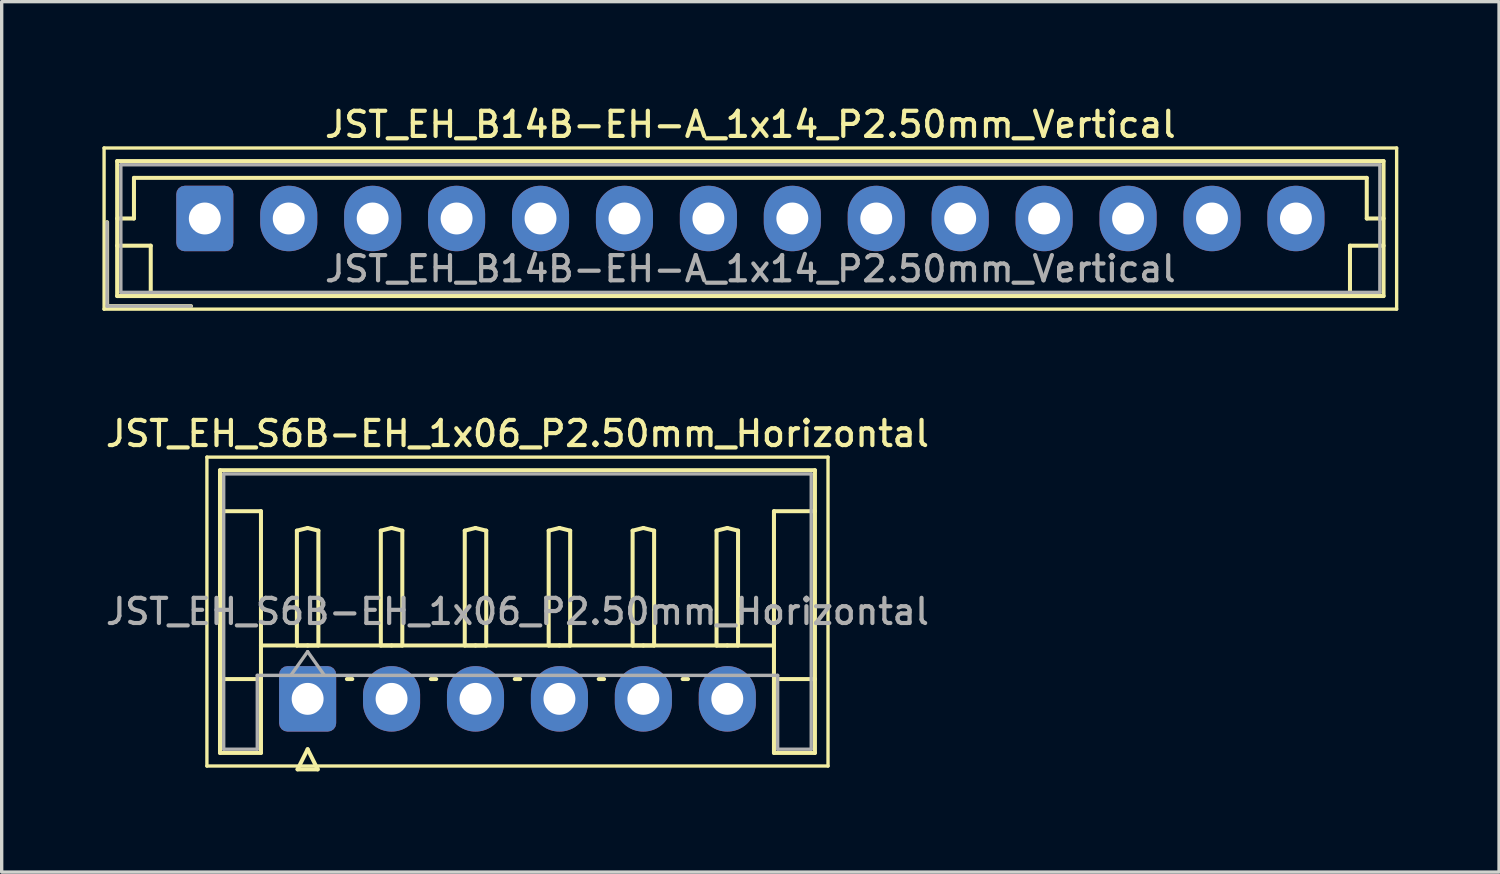
<source format=kicad_pcb>
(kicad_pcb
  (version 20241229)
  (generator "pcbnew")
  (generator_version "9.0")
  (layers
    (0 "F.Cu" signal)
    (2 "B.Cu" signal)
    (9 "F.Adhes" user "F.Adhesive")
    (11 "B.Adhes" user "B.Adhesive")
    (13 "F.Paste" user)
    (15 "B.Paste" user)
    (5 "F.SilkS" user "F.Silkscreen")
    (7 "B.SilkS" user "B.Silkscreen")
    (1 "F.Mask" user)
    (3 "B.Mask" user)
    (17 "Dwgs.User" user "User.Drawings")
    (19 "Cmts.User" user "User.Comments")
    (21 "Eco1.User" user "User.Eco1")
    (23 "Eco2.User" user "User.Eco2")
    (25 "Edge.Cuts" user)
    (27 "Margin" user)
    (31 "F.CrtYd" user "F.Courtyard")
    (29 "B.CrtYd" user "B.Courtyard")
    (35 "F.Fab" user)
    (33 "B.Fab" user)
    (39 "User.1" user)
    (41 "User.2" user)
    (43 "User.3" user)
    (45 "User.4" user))
  (footprint "JST_EH_B14B-EH-A_1x14_P2.50mm_Vertical"
    (layer "F.Cu")
    (at 3.05 3.458)
    (property "Reference" "JST_EH_B14B-EH-A_1x14_P2.50mm_Vertical" (at 16.25 -2.8 0) (layer "F.SilkS") (effects (font (size 0.75 0.75) (thickness 0.125))))
    (attr through_hole)
    (fp_line (start -3 -2.1) (end -3 2.7) (stroke (width 0.1) (type solid)) (layer "F.SilkS"))
    (fp_line (start -3 2.7) (end 35.5 2.7) (stroke (width 0.1) (type solid)) (layer "F.SilkS"))
    (fp_line (start -2.91 0.11) (end -2.91 2.61) (stroke (width 0.12) (type solid)) (layer "F.SilkS"))
    (fp_line (start -2.91 2.61) (end -0.41 2.61) (stroke (width 0.12) (type solid)) (layer "F.SilkS"))
    (fp_line (start -2.61 -1.71) (end -2.61 2.31) (stroke (width 0.12) (type solid)) (layer "F.SilkS"))
    (fp_line (start -2.61 0) (end -2.11 0) (stroke (width 0.12) (type solid)) (layer "F.SilkS"))
    (fp_line (start -2.61 0.81) (end -1.61 0.81) (stroke (width 0.12) (type solid)) (layer "F.SilkS"))
    (fp_line (start -2.61 2.31) (end 35.11 2.31) (stroke (width 0.12) (type solid)) (layer "F.SilkS"))
    (fp_line (start -2.11 -1.21) (end 34.61 -1.21) (stroke (width 0.12) (type solid)) (layer "F.SilkS"))
    (fp_line (start -2.11 0) (end -2.11 -1.21) (stroke (width 0.12) (type solid)) (layer "F.SilkS"))
    (fp_line (start -1.61 0.81) (end -1.61 2.31) (stroke (width 0.12) (type solid)) (layer "F.SilkS"))
    (fp_line (start 34.11 0.81) (end 34.11 2.31) (stroke (width 0.12) (type solid)) (layer "F.SilkS"))
    (fp_line (start 34.61 -1.21) (end 34.61 0) (stroke (width 0.12) (type solid)) (layer "F.SilkS"))
    (fp_line (start 34.61 0) (end 35.11 0) (stroke (width 0.12) (type solid)) (layer "F.SilkS"))
    (fp_line (start 35.11 -1.71) (end -2.61 -1.71) (stroke (width 0.12) (type solid)) (layer "F.SilkS"))
    (fp_line (start 35.11 0.81) (end 34.11 0.81) (stroke (width 0.12) (type solid)) (layer "F.SilkS"))
    (fp_line (start 35.11 2.31) (end 35.11 -1.71) (stroke (width 0.12) (type solid)) (layer "F.SilkS"))
    (fp_line (start 35.5 -2.1) (end -3 -2.1) (stroke (width 0.1) (type solid)) (layer "F.SilkS"))
    (fp_line (start 35.5 2.7) (end 35.5 -2.1) (stroke (width 0.1) (type solid)) (layer "F.SilkS"))
    (fp_line (start -2.91 0.11) (end -2.91 2.61) (stroke (width 0.1) (type solid)) (layer "F.Fab"))
    (fp_line (start -2.91 2.61) (end -0.41 2.61) (stroke (width 0.1) (type solid)) (layer "F.Fab"))
    (fp_line (start -2.5 -1.6) (end -2.5 2.2) (stroke (width 0.1) (type solid)) (layer "F.Fab"))
    (fp_line (start -2.5 2.2) (end 35 2.2) (stroke (width 0.1) (type solid)) (layer "F.Fab"))
    (fp_line (start 35 -1.6) (end -2.5 -1.6) (stroke (width 0.1) (type solid)) (layer "F.Fab"))
    (fp_line (start 35 2.2) (end 35 -1.6) (stroke (width 0.1) (type solid)) (layer "F.Fab"))
    (fp_text user "${REFERENCE}" (at 16.25 1.5 0) (layer "F.Fab") (effects (font (size 0.75 0.75) (thickness 0.125))))
    (pad "1" thru_hole roundrect (at 0 0) (size 1.7 1.95) (drill 0.95) (layers "*.Cu" "*.Mask") (roundrect_rratio 0.147))
    (pad "2" thru_hole oval (at 2.5 0) (size 1.7 1.95) (drill 0.95) (layers "*.Cu" "*.Mask"))
    (pad "3" thru_hole oval (at 5 0) (size 1.7 1.95) (drill 0.95) (layers "*.Cu" "*.Mask"))
    (pad "4" thru_hole oval (at 7.5 0) (size 1.7 1.95) (drill 0.95) (layers "*.Cu" "*.Mask"))
    (pad "5" thru_hole oval (at 10 0) (size 1.7 1.95) (drill 0.95) (layers "*.Cu" "*.Mask"))
    (pad "6" thru_hole oval (at 12.5 0) (size 1.7 1.95) (drill 0.95) (layers "*.Cu" "*.Mask"))
    (pad "7" thru_hole oval (at 15 0) (size 1.7 1.95) (drill 0.95) (layers "*.Cu" "*.Mask"))
    (pad "8" thru_hole oval (at 17.5 0) (size 1.7 1.95) (drill 0.95) (layers "*.Cu" "*.Mask"))
    (pad "9" thru_hole oval (at 20 0) (size 1.7 1.95) (drill 0.95) (layers "*.Cu" "*.Mask"))
    (pad "10" thru_hole oval (at 22.5 0) (size 1.7 1.95) (drill 0.95) (layers "*.Cu" "*.Mask"))
    (pad "11" thru_hole oval (at 25 0) (size 1.7 1.95) (drill 0.95) (layers "*.Cu" "*.Mask"))
    (pad "12" thru_hole oval (at 27.5 0) (size 1.7 1.95) (drill 0.95) (layers "*.Cu" "*.Mask"))
    (pad "13" thru_hole oval (at 30 0) (size 1.7 1.95) (drill 0.95) (layers "*.Cu" "*.Mask"))
    (pad "14" thru_hole oval (at 32.5 0) (size 1.7 1.95) (drill 0.95) (layers "*.Cu" "*.Mask")))
  (footprint "JST_EH_S6B-EH_1x06_P2.50mm_Horizontal"
    (layer "F.Cu")
    (at 6.113 17.766)
    (property "Reference" "JST_EH_S6B-EH_1x06_P2.50mm_Horizontal" (at 6.25 -7.9 0) (layer "F.SilkS") (effects (font (size 0.75 0.75) (thickness 0.125))))
    (attr through_hole)
    (fp_line (start -3 -7.2) (end -3 2) (stroke (width 0.1) (type solid)) (layer "F.SilkS"))
    (fp_line (start -3 2) (end 15.5 2) (stroke (width 0.1) (type solid)) (layer "F.SilkS"))
    (fp_line (start -2.61 -6.81) (end 15.11 -6.81) (stroke (width 0.12) (type solid)) (layer "F.SilkS"))
    (fp_line (start -2.61 -5.59) (end -1.39 -5.59) (stroke (width 0.12) (type solid)) (layer "F.SilkS"))
    (fp_line (start -2.61 1.61) (end -2.61 -6.81) (stroke (width 0.12) (type solid)) (layer "F.SilkS"))
    (fp_line (start -1.39 -5.59) (end -1.39 -0.59) (stroke (width 0.12) (type solid)) (layer "F.SilkS"))
    (fp_line (start -1.39 -1.59) (end 13.89 -1.59) (stroke (width 0.12) (type solid)) (layer "F.SilkS"))
    (fp_line (start -1.39 -0.59) (end -2.61 -0.59) (stroke (width 0.12) (type solid)) (layer "F.SilkS"))
    (fp_line (start -1.39 -0.59) (end -1.39 1.61) (stroke (width 0.12) (type solid)) (layer "F.SilkS"))
    (fp_line (start -1.39 1.61) (end -2.61 1.61) (stroke (width 0.12) (type solid)) (layer "F.SilkS"))
    (fp_line (start -0.32 -5.01) (end 0 -5.09) (stroke (width 0.12) (type solid)) (layer "F.SilkS"))
    (fp_line (start -0.32 -1.59) (end -0.32 -5.01) (stroke (width 0.12) (type solid)) (layer "F.SilkS"))
    (fp_line (start -0.3 2.1) (end 0.3 2.1) (stroke (width 0.12) (type solid)) (layer "F.SilkS"))
    (fp_line (start 0 -5.09) (end 0.32 -5.01) (stroke (width 0.12) (type solid)) (layer "F.SilkS"))
    (fp_line (start 0 -1.59) (end -0.32 -1.59) (stroke (width 0.12) (type solid)) (layer "F.SilkS"))
    (fp_line (start 0 1.5) (end -0.3 2.1) (stroke (width 0.12) (type solid)) (layer "F.SilkS"))
    (fp_line (start 0.3 2.1) (end 0 1.5) (stroke (width 0.12) (type solid)) (layer "F.SilkS"))
    (fp_line (start 0.32 -5.01) (end 0.32 -1.59) (stroke (width 0.12) (type solid)) (layer "F.SilkS"))
    (fp_line (start 0.32 -1.59) (end 0 -1.59) (stroke (width 0.12) (type solid)) (layer "F.SilkS"))
    (fp_line (start 1.17 -0.59) (end 1.33 -0.59) (stroke (width 0.12) (type solid)) (layer "F.SilkS"))
    (fp_line (start 2.18 -5.01) (end 2.5 -5.09) (stroke (width 0.12) (type solid)) (layer "F.SilkS"))
    (fp_line (start 2.18 -1.59) (end 2.18 -5.01) (stroke (width 0.12) (type solid)) (layer "F.SilkS"))
    (fp_line (start 2.5 -5.09) (end 2.82 -5.01) (stroke (width 0.12) (type solid)) (layer "F.SilkS"))
    (fp_line (start 2.5 -1.59) (end 2.18 -1.59) (stroke (width 0.12) (type solid)) (layer "F.SilkS"))
    (fp_line (start 2.82 -5.01) (end 2.82 -1.59) (stroke (width 0.12) (type solid)) (layer "F.SilkS"))
    (fp_line (start 2.82 -1.59) (end 2.5 -1.59) (stroke (width 0.12) (type solid)) (layer "F.SilkS"))
    (fp_line (start 3.67 -0.59) (end 3.83 -0.59) (stroke (width 0.12) (type solid)) (layer "F.SilkS"))
    (fp_line (start 4.68 -5.01) (end 5 -5.09) (stroke (width 0.12) (type solid)) (layer "F.SilkS"))
    (fp_line (start 4.68 -1.59) (end 4.68 -5.01) (stroke (width 0.12) (type solid)) (layer "F.SilkS"))
    (fp_line (start 5 -5.09) (end 5.32 -5.01) (stroke (width 0.12) (type solid)) (layer "F.SilkS"))
    (fp_line (start 5 -1.59) (end 4.68 -1.59) (stroke (width 0.12) (type solid)) (layer "F.SilkS"))
    (fp_line (start 5.32 -5.01) (end 5.32 -1.59) (stroke (width 0.12) (type solid)) (layer "F.SilkS"))
    (fp_line (start 5.32 -1.59) (end 5 -1.59) (stroke (width 0.12) (type solid)) (layer "F.SilkS"))
    (fp_line (start 6.17 -0.59) (end 6.33 -0.59) (stroke (width 0.12) (type solid)) (layer "F.SilkS"))
    (fp_line (start 7.18 -5.01) (end 7.5 -5.09) (stroke (width 0.12) (type solid)) (layer "F.SilkS"))
    (fp_line (start 7.18 -1.59) (end 7.18 -5.01) (stroke (width 0.12) (type solid)) (layer "F.SilkS"))
    (fp_line (start 7.5 -5.09) (end 7.82 -5.01) (stroke (width 0.12) (type solid)) (layer "F.SilkS"))
    (fp_line (start 7.5 -1.59) (end 7.18 -1.59) (stroke (width 0.12) (type solid)) (layer "F.SilkS"))
    (fp_line (start 7.82 -5.01) (end 7.82 -1.59) (stroke (width 0.12) (type solid)) (layer "F.SilkS"))
    (fp_line (start 7.82 -1.59) (end 7.5 -1.59) (stroke (width 0.12) (type solid)) (layer "F.SilkS"))
    (fp_line (start 8.67 -0.59) (end 8.83 -0.59) (stroke (width 0.12) (type solid)) (layer "F.SilkS"))
    (fp_line (start 9.68 -5.01) (end 10 -5.09) (stroke (width 0.12) (type solid)) (layer "F.SilkS"))
    (fp_line (start 9.68 -1.59) (end 9.68 -5.01) (stroke (width 0.12) (type solid)) (layer "F.SilkS"))
    (fp_line (start 10 -5.09) (end 10.32 -5.01) (stroke (width 0.12) (type solid)) (layer "F.SilkS"))
    (fp_line (start 10 -1.59) (end 9.68 -1.59) (stroke (width 0.12) (type solid)) (layer "F.SilkS"))
    (fp_line (start 10.32 -5.01) (end 10.32 -1.59) (stroke (width 0.12) (type solid)) (layer "F.SilkS"))
    (fp_line (start 10.32 -1.59) (end 10 -1.59) (stroke (width 0.12) (type solid)) (layer "F.SilkS"))
    (fp_line (start 11.17 -0.59) (end 11.33 -0.59) (stroke (width 0.12) (type solid)) (layer "F.SilkS"))
    (fp_line (start 12.18 -5.01) (end 12.5 -5.09) (stroke (width 0.12) (type solid)) (layer "F.SilkS"))
    (fp_line (start 12.18 -1.59) (end 12.18 -5.01) (stroke (width 0.12) (type solid)) (layer "F.SilkS"))
    (fp_line (start 12.5 -5.09) (end 12.82 -5.01) (stroke (width 0.12) (type solid)) (layer "F.SilkS"))
    (fp_line (start 12.5 -1.59) (end 12.18 -1.59) (stroke (width 0.12) (type solid)) (layer "F.SilkS"))
    (fp_line (start 12.82 -5.01) (end 12.82 -1.59) (stroke (width 0.12) (type solid)) (layer "F.SilkS"))
    (fp_line (start 12.82 -1.59) (end 12.5 -1.59) (stroke (width 0.12) (type solid)) (layer "F.SilkS"))
    (fp_line (start 13.89 -5.59) (end 13.89 -0.59) (stroke (width 0.12) (type solid)) (layer "F.SilkS"))
    (fp_line (start 13.89 -0.59) (end 15.11 -0.59) (stroke (width 0.12) (type solid)) (layer "F.SilkS"))
    (fp_line (start 13.89 1.61) (end 13.89 -0.59) (stroke (width 0.12) (type solid)) (layer "F.SilkS"))
    (fp_line (start 15.11 -6.81) (end 15.11 1.61) (stroke (width 0.12) (type solid)) (layer "F.SilkS"))
    (fp_line (start 15.11 -5.59) (end 13.89 -5.59) (stroke (width 0.12) (type solid)) (layer "F.SilkS"))
    (fp_line (start 15.11 1.61) (end 13.89 1.61) (stroke (width 0.12) (type solid)) (layer "F.SilkS"))
    (fp_line (start 15.5 -7.2) (end -3 -7.2) (stroke (width 0.1) (type solid)) (layer "F.SilkS"))
    (fp_line (start 15.5 2) (end 15.5 -7.2) (stroke (width 0.1) (type solid)) (layer "F.SilkS"))
    (fp_line (start -2.5 -6.7) (end 15 -6.7) (stroke (width 0.1) (type solid)) (layer "F.Fab"))
    (fp_line (start -2.5 1.5) (end -2.5 -6.7) (stroke (width 0.1) (type solid)) (layer "F.Fab"))
    (fp_line (start -1.5 -0.7) (end -1.5 1.5) (stroke (width 0.1) (type solid)) (layer "F.Fab"))
    (fp_line (start -1.5 1.5) (end -2.5 1.5) (stroke (width 0.1) (type solid)) (layer "F.Fab"))
    (fp_line (start -0.5 -0.7) (end 0 -1.407) (stroke (width 0.1) (type solid)) (layer "F.Fab"))
    (fp_line (start 0 -1.407) (end 0.5 -0.7) (stroke (width 0.1) (type solid)) (layer "F.Fab"))
    (fp_line (start 14 -0.7) (end -1.5 -0.7) (stroke (width 0.1) (type solid)) (layer "F.Fab"))
    (fp_line (start 14 1.5) (end 14 -0.7) (stroke (width 0.1) (type solid)) (layer "F.Fab"))
    (fp_line (start 15 -6.7) (end 15 1.5) (stroke (width 0.1) (type solid)) (layer "F.Fab"))
    (fp_line (start 15 1.5) (end 14 1.5) (stroke (width 0.1) (type solid)) (layer "F.Fab"))
    (fp_text user "${REFERENCE}" (at 6.25 -2.6 0) (layer "F.Fab") (effects (font (size 0.75 0.75) (thickness 0.125))))
    (pad "1" thru_hole roundrect (at 0 0) (size 1.7 1.95) (drill 0.95) (layers "*.Cu" "*.Mask") (roundrect_rratio 0.147))
    (pad "2" thru_hole oval (at 2.5 0) (size 1.7 1.95) (drill 0.95) (layers "*.Cu" "*.Mask"))
    (pad "3" thru_hole oval (at 5 0) (size 1.7 1.95) (drill 0.95) (layers "*.Cu" "*.Mask"))
    (pad "4" thru_hole oval (at 7.5 0) (size 1.7 1.95) (drill 0.95) (layers "*.Cu" "*.Mask"))
    (pad "5" thru_hole oval (at 10 0) (size 1.7 1.95) (drill 0.95) (layers "*.Cu" "*.Mask"))
    (pad "6" thru_hole oval (at 12.5 0) (size 1.7 1.95) (drill 0.95) (layers "*.Cu" "*.Mask")))
  (gr_rect
    (start -3 -3)
    (end 41.6 22.926)
    (stroke (width 0.1) (type default))
    (fill no)
    (layer "Edge.Cuts")))
</source>
